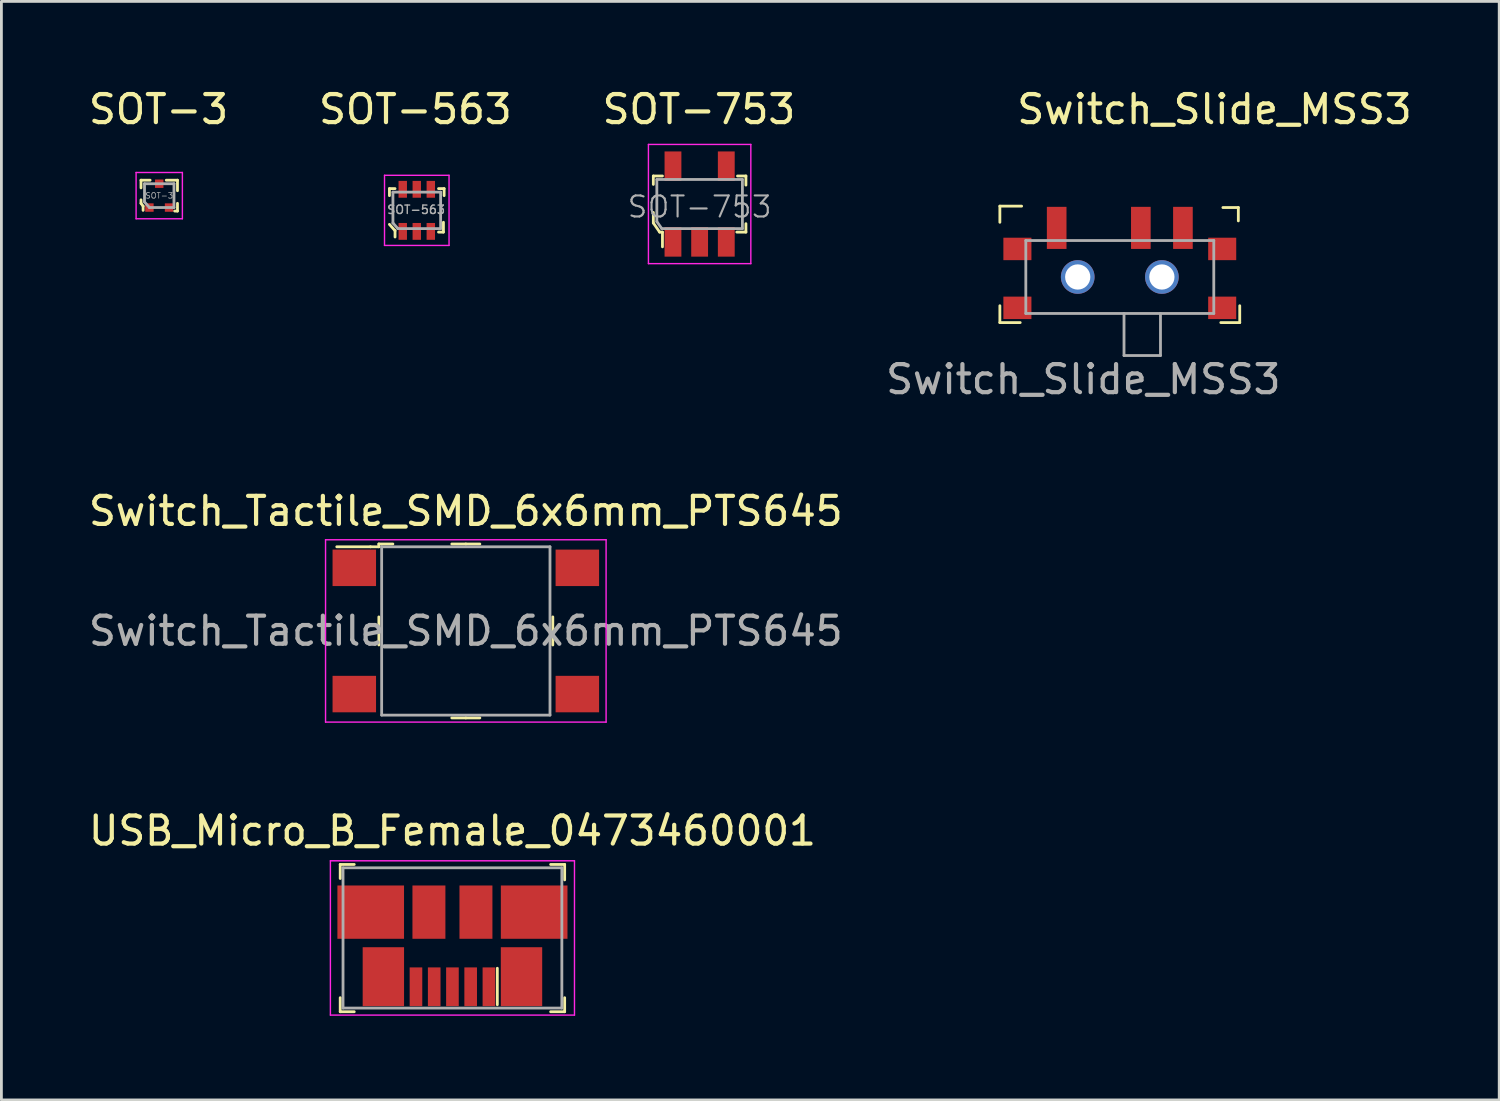
<source format=kicad_pcb>
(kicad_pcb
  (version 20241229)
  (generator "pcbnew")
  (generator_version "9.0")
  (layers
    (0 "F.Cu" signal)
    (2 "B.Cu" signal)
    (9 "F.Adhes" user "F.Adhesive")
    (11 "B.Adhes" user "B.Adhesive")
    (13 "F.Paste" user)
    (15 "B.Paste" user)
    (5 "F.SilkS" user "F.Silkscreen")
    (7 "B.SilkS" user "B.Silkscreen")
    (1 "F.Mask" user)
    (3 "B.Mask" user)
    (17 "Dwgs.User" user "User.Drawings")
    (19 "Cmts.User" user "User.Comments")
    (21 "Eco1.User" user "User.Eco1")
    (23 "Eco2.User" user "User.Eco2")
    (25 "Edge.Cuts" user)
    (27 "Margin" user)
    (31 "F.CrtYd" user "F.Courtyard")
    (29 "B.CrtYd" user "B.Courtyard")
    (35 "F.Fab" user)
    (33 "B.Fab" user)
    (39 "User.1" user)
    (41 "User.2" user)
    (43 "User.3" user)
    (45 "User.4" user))
  (footprint "SOT-3"
    (layer "F.Cu")
    (at 2.626 3.923)
    (property "Reference" "SOT-3" (at -0.025 -3.075 0) (layer "F.SilkS") (effects (font (size 1 1) (thickness 0.15))))
    (attr smd)
    (fp_line (start -0.65 -0.55) (end -0.65 -0.275) (stroke (width 0.1) (type solid)) (layer "F.SilkS"))
    (fp_line (start -0.65 0.275) (end -0.65 0.15) (stroke (width 0.1) (type solid)) (layer "F.SilkS"))
    (fp_line (start -0.65 0.275) (end -0.575 0.375) (stroke (width 0.1) (type solid)) (layer "F.SilkS"))
    (fp_line (start -0.575 0.375) (end -0.575 0.525) (stroke (width 0.1) (type solid)) (layer "F.SilkS"))
    (fp_line (start -0.325 -0.55) (end -0.65 -0.55) (stroke (width 0.1) (type solid)) (layer "F.SilkS"))
    (fp_line (start 0.25 -0.55) (end 0.65 -0.55) (stroke (width 0.1) (type solid)) (layer "F.SilkS"))
    (fp_line (start 0.65 -0.55) (end 0.65 -0.175) (stroke (width 0.1) (type solid)) (layer "F.SilkS"))
    (fp_line (start 0.65 0.275) (end 0.65 0.55) (stroke (width 0.1) (type solid)) (layer "F.SilkS"))
    (fp_line (start 0.65 0.55) (end 0.55 0.55) (stroke (width 0.1) (type solid)) (layer "F.SilkS"))
    (fp_line (start -0.825 -0.825) (end 0.825 -0.825) (stroke (width 0.05) (type solid)) (layer "F.CrtYd"))
    (fp_line (start -0.825 0.825) (end -0.825 -0.825) (stroke (width 0.05) (type solid)) (layer "F.CrtYd"))
    (fp_line (start 0.825 -0.825) (end 0.825 0.825) (stroke (width 0.05) (type solid)) (layer "F.CrtYd"))
    (fp_line (start 0.825 0.825) (end -0.825 0.825) (stroke (width 0.05) (type solid)) (layer "F.CrtYd"))
    (fp_line (start -0.525 -0.425) (end 0.525 -0.425) (stroke (width 0.1) (type solid)) (layer "F.Fab"))
    (fp_line (start -0.525 0.225) (end -0.525 -0.425) (stroke (width 0.1) (type solid)) (layer "F.Fab"))
    (fp_line (start -0.525 0.225) (end -0.35 0.425) (stroke (width 0.1) (type solid)) (layer "F.Fab"))
    (fp_line (start -0.35 0.425) (end 0.525 0.425) (stroke (width 0.1) (type solid)) (layer "F.Fab"))
    (fp_line (start 0.525 -0.425) (end 0.525 0.425) (stroke (width 0.1) (type solid)) (layer "F.Fab"))
    (fp_text user "${REFERENCE}" (at 0 0 0) (layer "F.Fab") (effects (font (size 0.2 0.2) (thickness 0.025))))
    (pad "1" smd rect (at -0.35 0.425) (size 0.3 0.3) (layers "F.Cu" "F.Mask" "F.Paste"))
    (pad "2" smd rect (at 0.35 0.425) (size 0.3 0.3) (layers "F.Cu" "F.Mask" "F.Paste"))
    (pad "3" smd rect (at 0 -0.425) (size 0.3 0.3) (layers "F.Cu" "F.Mask" "F.Paste")))
  (footprint "Switch_Tactile_SMD_6x6mm_PTS645"
    (layer "F.Cu")
    (at 13.554 19.44)
    (property "Reference" "Switch_Tactile_SMD_6x6mm_PTS645" (at 0 -4.27 0) (layer "F.SilkS") (effects (font (size 1 1) (thickness 0.15))))
    (attr smd)
    (fp_line (start -3.4 -3) (end -4.6 -3) (stroke (width 0.1) (type solid)) (layer "F.SilkS"))
    (fp_line (start -3.1 -3.1) (end -3.1 -3) (stroke (width 0.1) (type solid)) (layer "F.SilkS"))
    (fp_line (start -3.1 -3) (end -3.4 -3) (stroke (width 0.1) (type solid)) (layer "F.SilkS"))
    (fp_line (start -3.1 0) (end -3.1 -0.5) (stroke (width 0.1) (type solid)) (layer "F.SilkS"))
    (fp_line (start -3.1 0) (end -3.1 0.5) (stroke (width 0.1) (type solid)) (layer "F.SilkS"))
    (fp_line (start -2.6 -3.1) (end -3.1 -3.1) (stroke (width 0.1) (type solid)) (layer "F.SilkS"))
    (fp_line (start 0 -3.1) (end -0.5 -3.1) (stroke (width 0.1) (type solid)) (layer "F.SilkS"))
    (fp_line (start 0 -3.1) (end 0.5 -3.1) (stroke (width 0.1) (type solid)) (layer "F.SilkS"))
    (fp_line (start 0 3.1) (end -0.5 3.1) (stroke (width 0.1) (type solid)) (layer "F.SilkS"))
    (fp_line (start 0 3.1) (end 0.5 3.1) (stroke (width 0.1) (type solid)) (layer "F.SilkS"))
    (fp_line (start 3.1 0) (end 3.1 -0.5) (stroke (width 0.1) (type solid)) (layer "F.SilkS"))
    (fp_line (start 3.1 0) (end 3.1 0.5) (stroke (width 0.1) (type solid)) (layer "F.SilkS"))
    (fp_line (start -5 -3.25) (end -5 3.25) (stroke (width 0.05) (type solid)) (layer "F.CrtYd"))
    (fp_line (start 5 -3.25) (end -5 -3.25) (stroke (width 0.05) (type solid)) (layer "F.CrtYd"))
    (fp_line (start 5 -3.25) (end 5 3.25) (stroke (width 0.05) (type solid)) (layer "F.CrtYd"))
    (fp_line (start 5 3.25) (end -5 3.25) (stroke (width 0.05) (type solid)) (layer "F.CrtYd"))
    (fp_line (start -3 -3) (end -3 3) (stroke (width 0.1) (type solid)) (layer "F.Fab"))
    (fp_line (start -3 -3) (end 3 -3) (stroke (width 0.1) (type solid)) (layer "F.Fab"))
    (fp_line (start -3 3) (end 3 3) (stroke (width 0.1) (type solid)) (layer "F.Fab"))
    (fp_line (start 3 3) (end 3 -3) (stroke (width 0.1) (type solid)) (layer "F.Fab"))
    (fp_text user "${REFERENCE}" (at 0 0 0) (layer "F.Fab") (effects (font (size 1 1) (thickness 0.15))))
    (pad "1" smd rect (at -3.975 -2.25) (size 1.55 1.3) (layers "F.Cu" "F.Mask" "F.Paste"))
    (pad "2" smd rect (at 3.975 -2.25) (size 1.55 1.3) (layers "F.Cu" "F.Mask" "F.Paste"))
    (pad "3" smd rect (at -3.975 2.25) (size 1.55 1.3) (layers "F.Cu" "F.Mask" "F.Paste"))
    (pad "4" smd rect (at 3.975 2.25) (size 1.55 1.3) (layers "F.Cu" "F.Mask" "F.Paste")))
  (footprint "SOT-753"
    (layer "F.Cu")
    (at 21.888 4.223)
    (property "Reference" "SOT-753" (at -0.025 -3.375 0) (layer "F.SilkS") (effects (font (size 1 1) (thickness 0.15))))
    (attr smd)
    (fp_line (start -1.65 -1) (end -1.65 -0.7) (stroke (width 0.1) (type solid)) (layer "F.SilkS"))
    (fp_line (start -1.65 0.675) (end -1.65 0.3) (stroke (width 0.1) (type solid)) (layer "F.SilkS"))
    (fp_line (start -1.65 0.675) (end -1.425 1) (stroke (width 0.1) (type solid)) (layer "F.SilkS"))
    (fp_line (start -1.425 1) (end -1.325 1) (stroke (width 0.1) (type solid)) (layer "F.SilkS"))
    (fp_line (start -1.325 -1) (end -1.65 -1) (stroke (width 0.1) (type solid)) (layer "F.SilkS"))
    (fp_line (start -1.325 1) (end -1.325 1.525) (stroke (width 0.1) (type solid)) (layer "F.SilkS"))
    (fp_line (start 1.325 1) (end 1.65 1) (stroke (width 0.1) (type solid)) (layer "F.SilkS"))
    (fp_line (start 1.35 -1) (end 1.65 -1) (stroke (width 0.1) (type solid)) (layer "F.SilkS"))
    (fp_line (start 1.65 -1) (end 1.65 -0.675) (stroke (width 0.1) (type solid)) (layer "F.SilkS"))
    (fp_line (start 1.65 1) (end 1.65 0.7) (stroke (width 0.1) (type solid)) (layer "F.SilkS"))
    (fp_line (start -1.825 -2.125) (end 1.825 -2.125) (stroke (width 0.05) (type solid)) (layer "F.CrtYd"))
    (fp_line (start -1.825 2.125) (end -1.825 -2.125) (stroke (width 0.05) (type solid)) (layer "F.CrtYd"))
    (fp_line (start 1.825 -2.125) (end 1.825 2.125) (stroke (width 0.05) (type solid)) (layer "F.CrtYd"))
    (fp_line (start 1.825 2.125) (end -1.825 2.125) (stroke (width 0.05) (type solid)) (layer "F.CrtYd"))
    (fp_line (start -1.525 -0.875) (end 1.525 -0.875) (stroke (width 0.1) (type solid)) (layer "F.Fab"))
    (fp_line (start -1.525 0.625) (end -1.525 -0.875) (stroke (width 0.1) (type solid)) (layer "F.Fab"))
    (fp_line (start -1.525 0.625) (end -1.35 0.875) (stroke (width 0.1) (type solid)) (layer "F.Fab"))
    (fp_line (start -1.35 0.875) (end 1.525 0.875) (stroke (width 0.1) (type solid)) (layer "F.Fab"))
    (fp_line (start 1.525 -0.875) (end 1.525 0.875) (stroke (width 0.1) (type solid)) (layer "F.Fab"))
    (fp_text user "${REFERENCE}" (at 0 0.1 0) (layer "F.Fab") (effects (font (size 0.75 0.75) (thickness 0.075))))
    (pad "1" smd rect (at -0.95 1.35) (size 0.6 1.05) (layers "F.Cu" "F.Mask" "F.Paste"))
    (pad "2" smd rect (at 0 1.35) (size 0.6 1.05) (layers "F.Cu" "F.Mask" "F.Paste"))
    (pad "3" smd rect (at 0.95 1.35) (size 0.6 1.05) (layers "F.Cu" "F.Mask" "F.Paste"))
    (pad "4" smd rect (at 0.95 -1.35) (size 0.6 1.05) (layers "F.Cu" "F.Mask" "F.Paste"))
    (pad "5" smd rect (at -0.95 -1.35) (size 0.6 1.05) (layers "F.Cu" "F.Mask" "F.Paste")))
  (footprint "SOT-563"
    (layer "F.Cu")
    (at 11.806 4.448)
    (property "Reference" "SOT-563" (at -0.05 -3.6 0) (layer "F.SilkS") (effects (font (size 1 1) (thickness 0.15))))
    (attr smd)
    (fp_line (start -0.975 -0.775) (end -0.975 -0.525) (stroke (width 0.1) (type solid)) (layer "F.SilkS"))
    (fp_line (start -0.975 -0.775) (end -0.775 -0.775) (stroke (width 0.1) (type solid)) (layer "F.SilkS"))
    (fp_line (start -0.975 0.5) (end -0.775 0.725) (stroke (width 0.1) (type solid)) (layer "F.SilkS"))
    (fp_line (start -0.775 0.725) (end -0.775 0.95) (stroke (width 0.1) (type solid)) (layer "F.SilkS"))
    (fp_line (start 0.775 -0.775) (end 0.975 -0.775) (stroke (width 0.1) (type solid)) (layer "F.SilkS"))
    (fp_line (start 0.775 0.775) (end 0.95 0.775) (stroke (width 0.1) (type solid)) (layer "F.SilkS"))
    (fp_line (start 0.95 0.775) (end 0.95 0.425) (stroke (width 0.1) (type solid)) (layer "F.SilkS"))
    (fp_line (start 0.975 -0.775) (end 0.975 -0.525) (stroke (width 0.1) (type solid)) (layer "F.SilkS"))
    (fp_line (start -1.15 -1.25) (end 1.15 -1.25) (stroke (width 0.05) (type solid)) (layer "F.CrtYd"))
    (fp_line (start -1.15 1.25) (end -1.15 -1.25) (stroke (width 0.05) (type solid)) (layer "F.CrtYd"))
    (fp_line (start 1.15 -1.25) (end 1.15 1.25) (stroke (width 0.05) (type solid)) (layer "F.CrtYd"))
    (fp_line (start 1.15 1.25) (end -1.15 1.25) (stroke (width 0.05) (type solid)) (layer "F.CrtYd"))
    (fp_line (start -0.85 -0.65) (end 0.85 -0.65) (stroke (width 0.1) (type solid)) (layer "F.Fab"))
    (fp_line (start -0.85 0.45) (end -0.85 -0.65) (stroke (width 0.1) (type solid)) (layer "F.Fab"))
    (fp_line (start -0.85 0.45) (end -0.675 0.65) (stroke (width 0.1) (type solid)) (layer "F.Fab"))
    (fp_line (start -0.675 0.65) (end 0.85 0.65) (stroke (width 0.1) (type solid)) (layer "F.Fab"))
    (fp_line (start 0.85 -0.65) (end 0.85 0.65) (stroke (width 0.1) (type solid)) (layer "F.Fab"))
    (fp_text user "${REFERENCE}" (at -0.025 -0.025 0) (layer "F.Fab") (effects (font (size 0.3 0.3) (thickness 0.05))))
    (pad "1" smd rect (at -0.5 0.75) (size 0.3 0.6) (layers "F.Cu" "F.Mask" "F.Paste"))
    (pad "2" smd rect (at 0 0.75) (size 0.3 0.6) (layers "F.Cu" "F.Mask" "F.Paste"))
    (pad "3" smd rect (at 0.5 0.75) (size 0.3 0.6) (layers "F.Cu" "F.Mask" "F.Paste"))
    (pad "4" smd rect (at 0.5 -0.75) (size 0.3 0.6) (layers "F.Cu" "F.Mask" "F.Paste"))
    (pad "5" smd rect (at 0 -0.75) (size 0.3 0.6) (layers "F.Cu" "F.Mask" "F.Paste"))
    (pad "6" smd rect (at -0.5 -0.75) (size 0.3 0.6) (layers "F.Cu" "F.Mask" "F.Paste")))
  (footprint "USB_Micro_B_Female_0473460001"
    (layer "F.Cu")
    (at 13.077 29.463)
    (property "Reference" "USB_Micro_B_Female_0473460001" (at 0 -2.9 0) (layer "F.SilkS") (effects (font (size 1 1) (thickness 0.15))))
    (attr smd)
    (fp_line (start -4 -1.7) (end -4 -1.2) (stroke (width 0.1) (type solid)) (layer "F.SilkS"))
    (fp_line (start -4 -1.7) (end -3.5 -1.7) (stroke (width 0.1) (type solid)) (layer "F.SilkS"))
    (fp_line (start -4 3.55) (end -4 3.05) (stroke (width 0.1) (type solid)) (layer "F.SilkS"))
    (fp_line (start -4 3.55) (end -3.5 3.55) (stroke (width 0.1) (type solid)) (layer "F.SilkS"))
    (fp_line (start 1.6 3.3) (end 1.6 2) (stroke (width 0.1) (type solid)) (layer "F.SilkS"))
    (fp_line (start 4 -1.7) (end 3.5 -1.7) (stroke (width 0.1) (type solid)) (layer "F.SilkS"))
    (fp_line (start 4 -1.7) (end 4 -1.15) (stroke (width 0.1) (type solid)) (layer "F.SilkS"))
    (fp_line (start 4 3.55) (end 3.5 3.55) (stroke (width 0.1) (type solid)) (layer "F.SilkS"))
    (fp_line (start 4 3.55) (end 4 3.05) (stroke (width 0.1) (type solid)) (layer "F.SilkS"))
    (fp_line (start -4.35 -1.83) (end -4.35 3.67) (stroke (width 0.05) (type solid)) (layer "F.CrtYd"))
    (fp_line (start 4.35 -1.83) (end -4.35 -1.83) (stroke (width 0.05) (type solid)) (layer "F.CrtYd"))
    (fp_line (start 4.35 -1.83) (end 4.35 3.67) (stroke (width 0.05) (type solid)) (layer "F.CrtYd"))
    (fp_line (start 4.35 3.67) (end -4.35 3.67) (stroke (width 0.05) (type solid)) (layer "F.CrtYd"))
    (fp_line (start -3.9 3.42) (end -3.9 -1.58) (stroke (width 0.1) (type solid)) (layer "F.Fab"))
    (fp_line (start 3.9 -1.58) (end -3.9 -1.58) (stroke (width 0.1) (type solid)) (layer "F.Fab"))
    (fp_line (start 3.9 3.42) (end -3.9 3.42) (stroke (width 0.1) (type solid)) (layer "F.Fab"))
    (fp_line (start 3.9 3.42) (end 3.9 -1.58) (stroke (width 0.1) (type solid)) (layer "F.Fab"))
    (pad "1" smd rect (at 1.3 2.66 270) (size 1.38 0.45) (layers "F.Cu" "F.Mask" "F.Paste"))
    (pad "2" smd rect (at 0.65 2.66 270) (size 1.38 0.45) (layers "F.Cu" "F.Mask" "F.Paste"))
    (pad "3" smd rect (at 0 2.66 270) (size 1.38 0.45) (layers "F.Cu" "F.Mask" "F.Paste"))
    (pad "4" smd rect (at -0.65 2.66 270) (size 1.38 0.45) (layers "F.Cu" "F.Mask" "F.Paste"))
    (pad "5" smd rect (at -1.3 2.66 270) (size 1.38 0.45) (layers "F.Cu" "F.Mask" "F.Paste"))
    (pad "SH" smd rect (at -2.913 0 270) (size 1.9 2.375) (layers "F.Cu" "F.Mask" "F.Paste"))
    (pad "SH" smd rect (at -2.462 2.3 270) (size 2.1 1.475) (layers "F.Cu" "F.Mask" "F.Paste"))
    (pad "SH" smd rect (at -0.838 0 270) (size 1.9 1.175) (layers "F.Cu" "F.Mask" "F.Paste"))
    (pad "SH" smd rect (at 0.838 0 270) (size 1.9 1.175) (layers "F.Cu" "F.Mask" "F.Paste"))
    (pad "SH" smd rect (at 2.462 2.3 270) (size 2.1 1.475) (layers "F.Cu" "F.Mask" "F.Paste"))
    (pad "SH" smd rect (at 2.913 0 270) (size 1.9 2.375) (layers "F.Cu" "F.Mask" "F.Paste")))
  (footprint "Switch_Slide_MSS3"
    (layer "F.Cu")
    (at 36.865 6.823)
    (property "Reference" "Switch_Slide_MSS3" (at 3.375 -5.975 0) (layer "F.SilkS") (effects (font (size 1 1) (thickness 0.15))))
    (attr smd)
    (fp_line (start -4.275 -2.525) (end -4.275 -1.95) (stroke (width 0.1) (type solid)) (layer "F.SilkS"))
    (fp_line (start -4.275 1.025) (end -4.275 1.625) (stroke (width 0.1) (type solid)) (layer "F.SilkS"))
    (fp_line (start -4.275 1.625) (end -3.55 1.625) (stroke (width 0.1) (type solid)) (layer "F.SilkS"))
    (fp_line (start -3.5 -2.525) (end -4.275 -2.525) (stroke (width 0.1) (type solid)) (layer "F.SilkS"))
    (fp_line (start 3.675 -2.475) (end 4.225 -2.475) (stroke (width 0.1) (type solid)) (layer "F.SilkS"))
    (fp_line (start 4.225 -2.475) (end 4.225 -2) (stroke (width 0.1) (type solid)) (layer "F.SilkS"))
    (fp_line (start 4.275 1.025) (end 4.275 1.625) (stroke (width 0.1) (type solid)) (layer "F.SilkS"))
    (fp_line (start 4.275 1.625) (end 3.6 1.625) (stroke (width 0.1) (type solid)) (layer "F.SilkS"))
    (fp_line (start -3.35 -1.3) (end -3.35 1.3) (stroke (width 0.1) (type solid)) (layer "F.Fab"))
    (fp_line (start -3.35 -1.3) (end 3.35 -1.3) (stroke (width 0.1) (type solid)) (layer "F.Fab"))
    (fp_line (start -3.35 1.3) (end 3.35 1.3) (stroke (width 0.1) (type solid)) (layer "F.Fab"))
    (fp_line (start 0.15 1.3) (end 0.15 2.8) (stroke (width 0.1) (type solid)) (layer "F.Fab"))
    (fp_line (start 0.15 2.8) (end 1.45 2.8) (stroke (width 0.1) (type solid)) (layer "F.Fab"))
    (fp_line (start 1.45 1.3) (end 1.45 2.8) (stroke (width 0.1) (type solid)) (layer "F.Fab"))
    (fp_line (start 3.35 -1.3) (end 3.35 1.3) (stroke (width 0.1) (type solid)) (layer "F.Fab"))
    (fp_text user "${REFERENCE}" (at -1.3 3.65 0) (layer "F.Fab") (effects (font (size 1 1) (thickness 0.15))))
    (pad "" thru_hole circle (at -1.5 0) (size 1.2 1.2) (drill 0.9) (layers "*.Cu" "*.Mask"))
    (pad "" thru_hole circle (at 1.5 0) (size 1.2 1.2) (drill 0.9) (layers "*.Cu" "*.Mask"))
    (pad "0" smd rect (at -3.65 -1) (size 1 0.8) (layers "F.Cu" "F.Mask" "F.Paste"))
    (pad "0" smd rect (at -3.65 1.1) (size 1 0.8) (layers "F.Cu" "F.Mask" "F.Paste"))
    (pad "0" smd rect (at 3.65 -1) (size 1 0.8) (layers "F.Cu" "F.Mask" "F.Paste"))
    (pad "0" smd rect (at 3.65 1.1) (size 1 0.8) (layers "F.Cu" "F.Mask" "F.Paste"))
    (pad "1" smd rect (at -2.25 -1.75) (size 0.7 1.5) (layers "F.Cu" "F.Mask" "F.Paste"))
    (pad "2" smd rect (at 0.75 -1.75) (size 0.7 1.5) (layers "F.Cu" "F.Mask" "F.Paste"))
    (pad "3" smd rect (at 2.25 -1.75) (size 0.7 1.5) (layers "F.Cu" "F.Mask" "F.Paste")))
  (gr_rect
    (start -3 -3)
    (end 50.389 36.158)
    (stroke (width 0.1) (type default))
    (fill no)
    (layer "Edge.Cuts")))
</source>
